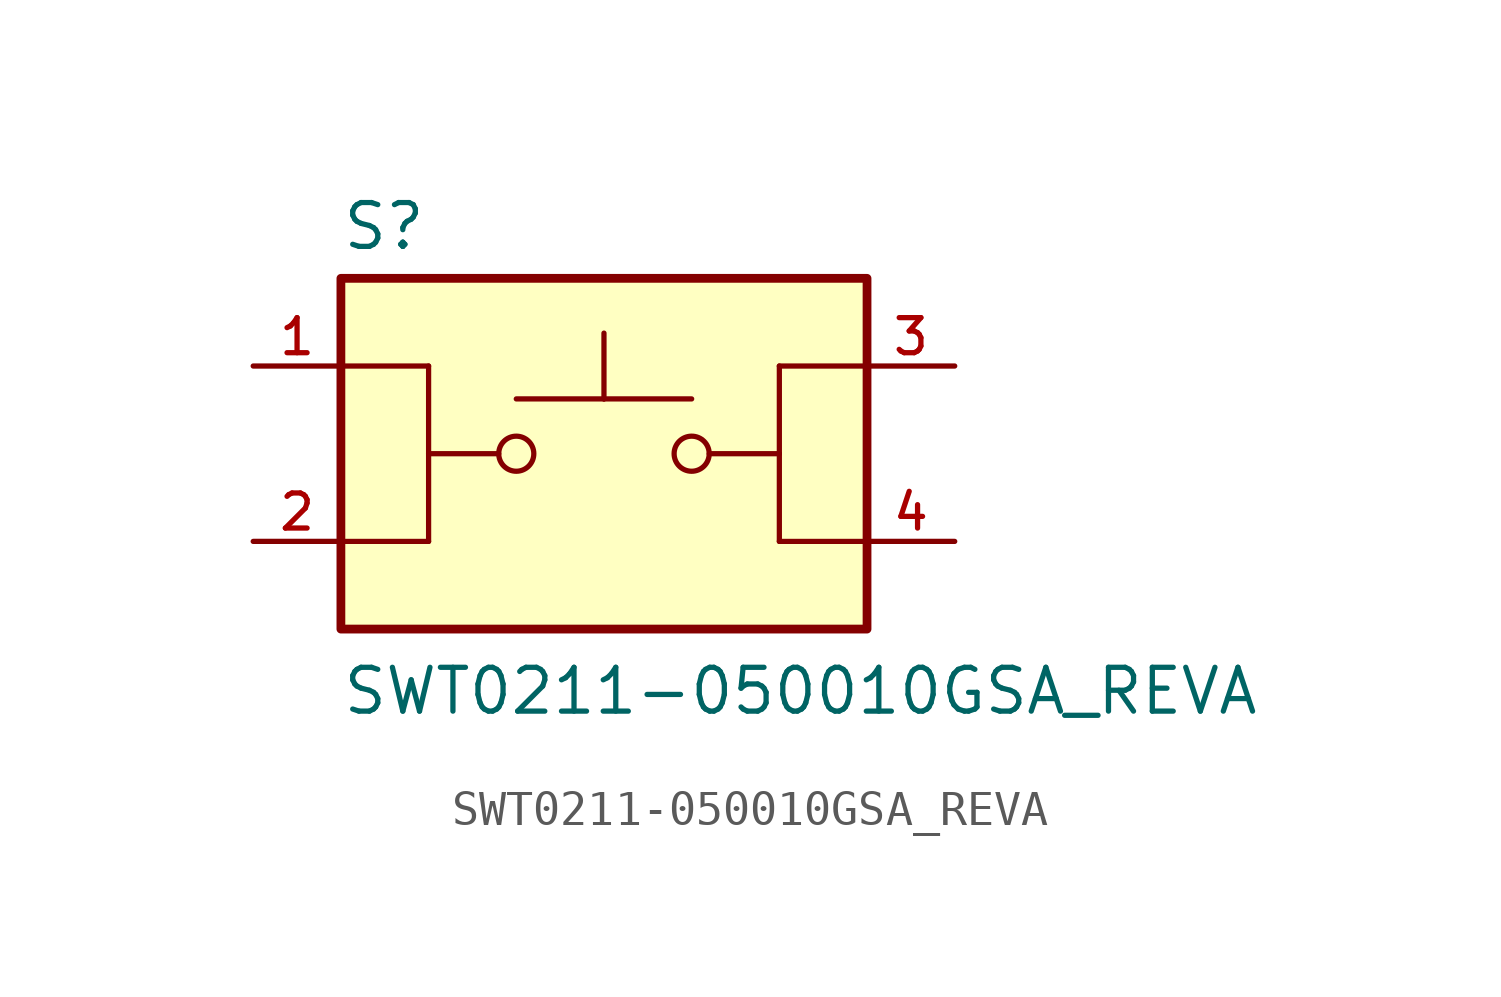
<source format=kicad_sym>
(kicad_symbol_lib
  (version 20211014)
  (generator kicad_symbol_editor)
  (symbol "SWT0211-050010GSA_REVA"
    (pin_names
      (offset 1.016))
    (property "Reference" "S"
      (at -7.62 5.842 0)
      (effects (font (size 1.27 1.27)) (justify bottom left)))
    (property "Value" "SWT0211-050010GSA_REVA"
      (at -7.62 -7.62 0)
      (effects (font (size 1.27 1.27)) (justify bottom left)))
    (symbol "SWT0211-050010GSA_REVA_0_0"
      (circle (center 2.54 0.0) (radius 0.508) (stroke (width 0.152)) (fill (type none)))
      (polyline (pts (xy 5.08 0.0) (xy 3.048 0.0)) (stroke (width 0.152)))
      (polyline (pts (xy -5.08 0.0) (xy -3.048 0.0)) (stroke (width 0.152)))
      (circle (center -2.54 0.0) (radius 0.508) (stroke (width 0.152)) (fill (type none)))
      (polyline (pts (xy -2.54 1.587) (xy 0.0 1.587)) (stroke (width 0.152)))
      (polyline (pts (xy 0.0 1.587) (xy 2.54 1.587)) (stroke (width 0.152)))
      (polyline (pts (xy 0.0 1.587) (xy 0.0 3.493)) (stroke (width 0.152)))
      (polyline (pts (xy -5.08 0.0) (xy -5.08 2.54)) (stroke (width 0.152)))
      (polyline (pts (xy -5.08 2.54) (xy -7.62 2.54)) (stroke (width 0.152)))
      (polyline (pts (xy -5.08 0.0) (xy -5.08 -2.54)) (stroke (width 0.152)))
      (polyline (pts (xy -5.08 -2.54) (xy -7.62 -2.54)) (stroke (width 0.152)))
      (polyline (pts (xy 5.08 0.0) (xy 5.08 2.54)) (stroke (width 0.152)))
      (polyline (pts (xy 5.08 2.54) (xy 7.62 2.54)) (stroke (width 0.152)))
      (polyline (pts (xy 5.08 0.0) (xy 5.08 -2.54)) (stroke (width 0.152)))
      (polyline (pts (xy 5.08 -2.54) (xy 7.62 -2.54)) (stroke (width 0.152)))
      (rectangle (start -7.62 -5.08) (end 7.62 5.08) (stroke (width 0.254)) (fill (type background)))
      (pin passive line (at -10.16 2.54 0) (length 2.54) (name "~" (effects (font (size 1.016 1.016)))) (number "1" (effects (font (size 1.016 1.016)))))
      (pin passive line (at -10.16 -2.54 0) (length 2.54) (name "~" (effects (font (size 1.016 1.016)))) (number "2" (effects (font (size 1.016 1.016)))))
      (pin passive line (at 10.16 2.54 180.0) (length 2.54) (name "~" (effects (font (size 1.016 1.016)))) (number "3" (effects (font (size 1.016 1.016)))))
      (pin passive line (at 10.16 -2.54 180.0) (length 2.54) (name "~" (effects (font (size 1.016 1.016)))) (number "4" (effects (font (size 1.016 1.016))))))))
</source>
